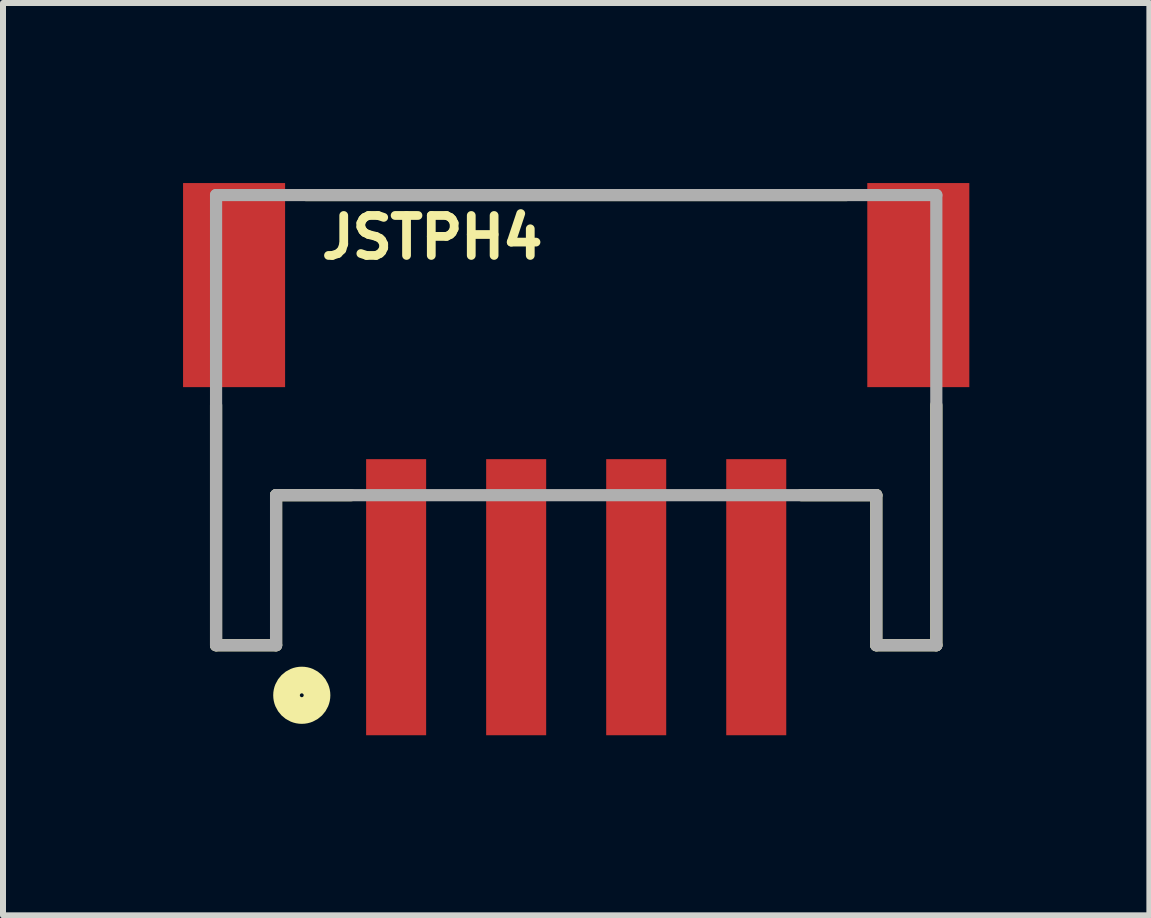
<source format=kicad_pcb>
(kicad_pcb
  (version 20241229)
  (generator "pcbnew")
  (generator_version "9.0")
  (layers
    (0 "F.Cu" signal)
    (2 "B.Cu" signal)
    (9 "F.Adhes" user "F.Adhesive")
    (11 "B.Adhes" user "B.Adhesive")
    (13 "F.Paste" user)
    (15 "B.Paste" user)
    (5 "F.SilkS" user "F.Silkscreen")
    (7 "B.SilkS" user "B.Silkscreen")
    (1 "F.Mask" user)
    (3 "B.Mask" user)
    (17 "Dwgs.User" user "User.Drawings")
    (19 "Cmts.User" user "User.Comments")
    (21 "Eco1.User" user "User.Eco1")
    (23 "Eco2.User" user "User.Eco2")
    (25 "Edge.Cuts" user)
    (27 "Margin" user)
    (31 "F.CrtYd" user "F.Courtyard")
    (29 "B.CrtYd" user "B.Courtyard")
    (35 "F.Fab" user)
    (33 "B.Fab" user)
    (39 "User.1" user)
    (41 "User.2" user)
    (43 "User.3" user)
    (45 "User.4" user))
  (footprint "JSTPH4"
    (layer "F.Cu")
    (at 6.55 3.2)
    (property "Reference" "JSTPH4" (at -4.318 -1.905 0) (layer "F.SilkS") (effects (font (size 0.666 0.666) (thickness 0.146)) (justify left bottom)))
    (fp_line (start -6 0.5) (end -6 4.5) (stroke (width 0.203) (type solid)) (layer "F.SilkS"))
    (fp_line (start -6 4.5) (end -5 4.5) (stroke (width 0.203) (type solid)) (layer "F.SilkS"))
    (fp_line (start -5 2) (end -3.75 2) (stroke (width 0.203) (type solid)) (layer "F.SilkS"))
    (fp_line (start -5 4.5) (end -5 2) (stroke (width 0.203) (type solid)) (layer "F.SilkS"))
    (fp_line (start -4.5 -3) (end 4.5 -3) (stroke (width 0.203) (type solid)) (layer "F.SilkS"))
    (fp_line (start 3.75 2) (end 5 2) (stroke (width 0.203) (type solid)) (layer "F.SilkS"))
    (fp_line (start 5 2) (end 5 4.5) (stroke (width 0.203) (type solid)) (layer "F.SilkS"))
    (fp_line (start 5 4.5) (end 6 4.5) (stroke (width 0.203) (type solid)) (layer "F.SilkS"))
    (fp_line (start 6 4.5) (end 6 0.5) (stroke (width 0.203) (type solid)) (layer "F.SilkS"))
    (fp_circle (center -4.572 5.334) (end -4.318 5.334) (stroke (width 0.444) (type solid)) (fill no) (layer "F.SilkS"))
    (fp_line (start -6 -3) (end 6 -3) (stroke (width 0.203) (type solid)) (layer "F.Fab"))
    (fp_line (start -6 4.5) (end -6 -3) (stroke (width 0.203) (type solid)) (layer "F.Fab"))
    (fp_line (start -5 2) (end -5 4.5) (stroke (width 0.203) (type solid)) (layer "F.Fab"))
    (fp_line (start -5 4.5) (end -6 4.5) (stroke (width 0.203) (type solid)) (layer "F.Fab"))
    (fp_line (start 5 2) (end -5 2) (stroke (width 0.203) (type solid)) (layer "F.Fab"))
    (fp_line (start 5 4.5) (end 5 2) (stroke (width 0.203) (type solid)) (layer "F.Fab"))
    (fp_line (start 6 -3) (end 6 4.5) (stroke (width 0.203) (type solid)) (layer "F.Fab"))
    (fp_line (start 6 4.5) (end 5 4.5) (stroke (width 0.203) (type solid)) (layer "F.Fab"))
    (pad "1" smd rect (at -3 3.7) (size 1 4.6) (layers "F.Cu" "F.Mask" "F.Paste"))
    (pad "2" smd rect (at -1 3.7) (size 1 4.6) (layers "F.Cu" "F.Mask" "F.Paste"))
    (pad "3" smd rect (at 1 3.7) (size 1 4.6) (layers "F.Cu" "F.Mask" "F.Paste"))
    (pad "4" smd rect (at 3 3.7) (size 1 4.6) (layers "F.Cu" "F.Mask" "F.Paste"))
    (pad "NC1" smd rect (at -5.7 -1.5 90) (size 3.4 1.7) (layers "F.Cu" "F.Mask" "F.Paste"))
    (pad "NC2" smd rect (at 5.7 -1.5 90) (size 3.4 1.7) (layers "F.Cu" "F.Mask" "F.Paste")))
  (gr_rect
    (start -3 -3)
    (end 16.1 12.2)
    (stroke (width 0.1) (type default))
    (fill no)
    (layer "Edge.Cuts")))
</source>
